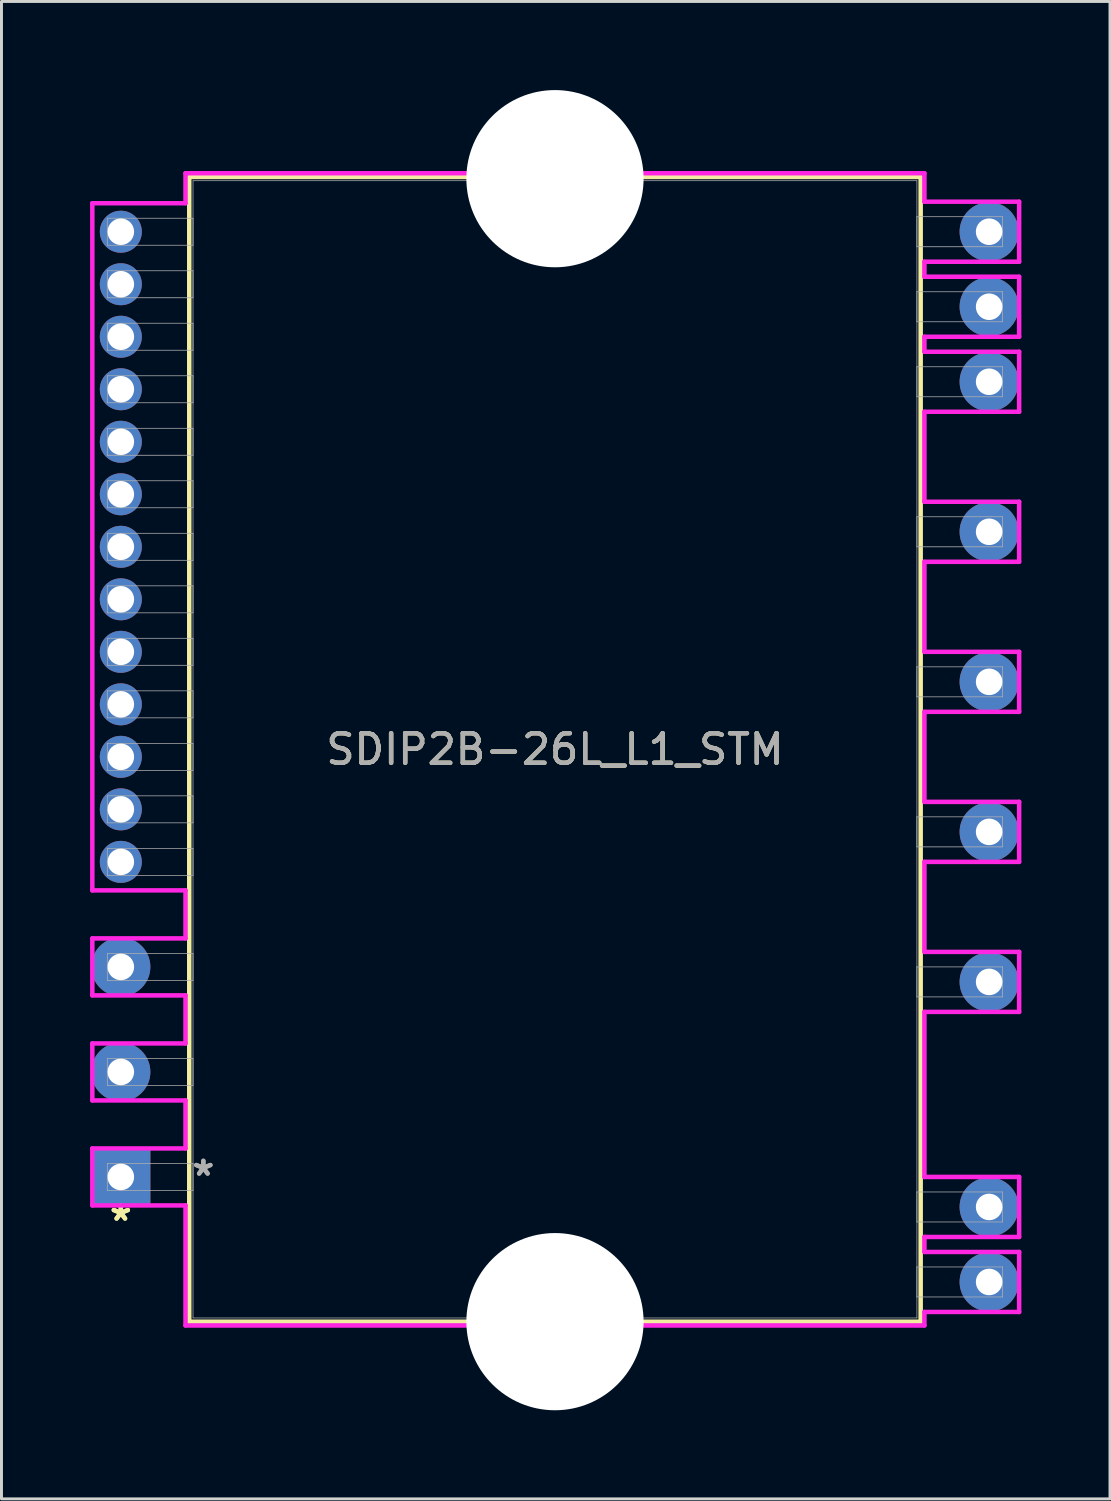
<source format=kicad_pcb>
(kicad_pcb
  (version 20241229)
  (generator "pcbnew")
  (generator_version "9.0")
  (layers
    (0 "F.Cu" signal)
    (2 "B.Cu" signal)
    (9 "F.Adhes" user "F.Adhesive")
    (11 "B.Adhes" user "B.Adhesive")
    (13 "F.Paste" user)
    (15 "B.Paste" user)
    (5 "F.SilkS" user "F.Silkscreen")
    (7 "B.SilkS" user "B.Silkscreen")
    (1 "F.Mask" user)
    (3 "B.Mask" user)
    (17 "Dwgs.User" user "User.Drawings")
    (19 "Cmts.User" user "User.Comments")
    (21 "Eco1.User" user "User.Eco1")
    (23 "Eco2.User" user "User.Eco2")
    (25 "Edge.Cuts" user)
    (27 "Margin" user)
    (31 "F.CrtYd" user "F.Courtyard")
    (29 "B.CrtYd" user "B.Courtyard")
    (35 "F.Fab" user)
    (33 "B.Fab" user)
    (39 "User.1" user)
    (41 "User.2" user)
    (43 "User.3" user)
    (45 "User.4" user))
  (footprint "SDIP2B-26L_L1_STM"
    (layer "F.Cu")
    (at 1.041 36.8)
    (property "Reference" "SDIP2B-26L_L1_STM" (at 14.7 -14.478 0) (unlocked yes) (layer "F.SilkS") (effects (font (size 1 1) (thickness 0.15))))
    (attr through_hole)
    (fp_line (start 2.317 -33.858) (end 2.317 4.902) (stroke (width 0.152) (type solid)) (layer "F.SilkS"))
    (fp_line (start 2.317 4.902) (end 27.082 4.902) (stroke (width 0.152) (type solid)) (layer "F.SilkS"))
    (fp_line (start 27.082 -33.858) (end 2.317 -33.858) (stroke (width 0.152) (type solid)) (layer "F.SilkS"))
    (fp_line (start 27.082 4.902) (end 27.082 -33.858) (stroke (width 0.152) (type solid)) (layer "F.SilkS"))
    (fp_line (start -0.965 -32.969) (end -0.965 -9.703) (stroke (width 0.152) (type solid)) (layer "F.CrtYd"))
    (fp_line (start -0.965 -9.703) (end 2.19 -9.703) (stroke (width 0.152) (type solid)) (layer "F.CrtYd"))
    (fp_line (start -0.965 -8.077) (end -0.965 -6.147) (stroke (width 0.152) (type solid)) (layer "F.CrtYd"))
    (fp_line (start -0.965 -6.147) (end 2.19 -6.147) (stroke (width 0.152) (type solid)) (layer "F.CrtYd"))
    (fp_line (start -0.965 -4.521) (end -0.965 -2.591) (stroke (width 0.152) (type solid)) (layer "F.CrtYd"))
    (fp_line (start -0.965 -2.591) (end 2.19 -2.591) (stroke (width 0.152) (type solid)) (layer "F.CrtYd"))
    (fp_line (start -0.965 -0.965) (end -0.965 0.965) (stroke (width 0.152) (type solid)) (layer "F.CrtYd"))
    (fp_line (start -0.965 0.965) (end 2.19 0.965) (stroke (width 0.152) (type solid)) (layer "F.CrtYd"))
    (fp_line (start 2.19 -33.985) (end 2.19 -32.969) (stroke (width 0.152) (type solid)) (layer "F.CrtYd"))
    (fp_line (start 2.19 -32.969) (end -0.965 -32.969) (stroke (width 0.152) (type solid)) (layer "F.CrtYd"))
    (fp_line (start 2.19 -9.703) (end 2.19 -8.077) (stroke (width 0.152) (type solid)) (layer "F.CrtYd"))
    (fp_line (start 2.19 -8.077) (end -0.965 -8.077) (stroke (width 0.152) (type solid)) (layer "F.CrtYd"))
    (fp_line (start 2.19 -6.147) (end 2.19 -4.521) (stroke (width 0.152) (type solid)) (layer "F.CrtYd"))
    (fp_line (start 2.19 -4.521) (end -0.965 -4.521) (stroke (width 0.152) (type solid)) (layer "F.CrtYd"))
    (fp_line (start 2.19 -2.591) (end 2.19 -0.965) (stroke (width 0.152) (type solid)) (layer "F.CrtYd"))
    (fp_line (start 2.19 -0.965) (end -0.965 -0.965) (stroke (width 0.152) (type solid)) (layer "F.CrtYd"))
    (fp_line (start 2.19 0.965) (end 2.19 5.029) (stroke (width 0.152) (type solid)) (layer "F.CrtYd"))
    (fp_line (start 2.19 5.029) (end 27.209 5.029) (stroke (width 0.152) (type solid)) (layer "F.CrtYd"))
    (fp_line (start 27.209 -33.985) (end 2.19 -33.985) (stroke (width 0.152) (type solid)) (layer "F.CrtYd"))
    (fp_line (start 27.209 -33.02) (end 27.209 -33.985) (stroke (width 0.152) (type solid)) (layer "F.CrtYd"))
    (fp_line (start 27.209 -30.988) (end 30.416 -30.988) (stroke (width 0.152) (type solid)) (layer "F.CrtYd"))
    (fp_line (start 27.209 -30.48) (end 27.209 -30.988) (stroke (width 0.152) (type solid)) (layer "F.CrtYd"))
    (fp_line (start 27.209 -28.448) (end 30.416 -28.448) (stroke (width 0.152) (type solid)) (layer "F.CrtYd"))
    (fp_line (start 27.209 -27.94) (end 27.209 -28.448) (stroke (width 0.152) (type solid)) (layer "F.CrtYd"))
    (fp_line (start 27.209 -25.908) (end 30.416 -25.908) (stroke (width 0.152) (type solid)) (layer "F.CrtYd"))
    (fp_line (start 27.209 -22.86) (end 27.209 -25.908) (stroke (width 0.152) (type solid)) (layer "F.CrtYd"))
    (fp_line (start 27.209 -20.828) (end 30.416 -20.828) (stroke (width 0.152) (type solid)) (layer "F.CrtYd"))
    (fp_line (start 27.209 -17.78) (end 27.209 -20.828) (stroke (width 0.152) (type solid)) (layer "F.CrtYd"))
    (fp_line (start 27.209 -15.748) (end 30.416 -15.748) (stroke (width 0.152) (type solid)) (layer "F.CrtYd"))
    (fp_line (start 27.209 -12.7) (end 27.209 -15.748) (stroke (width 0.152) (type solid)) (layer "F.CrtYd"))
    (fp_line (start 27.209 -10.668) (end 30.416 -10.668) (stroke (width 0.152) (type solid)) (layer "F.CrtYd"))
    (fp_line (start 27.209 -7.62) (end 27.209 -10.668) (stroke (width 0.152) (type solid)) (layer "F.CrtYd"))
    (fp_line (start 27.209 -5.588) (end 30.416 -5.588) (stroke (width 0.152) (type solid)) (layer "F.CrtYd"))
    (fp_line (start 27.209 0) (end 27.209 -5.588) (stroke (width 0.152) (type solid)) (layer "F.CrtYd"))
    (fp_line (start 27.209 2.032) (end 30.416 2.032) (stroke (width 0.152) (type solid)) (layer "F.CrtYd"))
    (fp_line (start 27.209 2.54) (end 27.209 2.032) (stroke (width 0.152) (type solid)) (layer "F.CrtYd"))
    (fp_line (start 27.209 4.572) (end 30.416 4.572) (stroke (width 0.152) (type solid)) (layer "F.CrtYd"))
    (fp_line (start 27.209 5.029) (end 27.209 4.572) (stroke (width 0.152) (type solid)) (layer "F.CrtYd"))
    (fp_line (start 30.416 -33.02) (end 27.209 -33.02) (stroke (width 0.152) (type solid)) (layer "F.CrtYd"))
    (fp_line (start 30.416 -30.988) (end 30.416 -33.02) (stroke (width 0.152) (type solid)) (layer "F.CrtYd"))
    (fp_line (start 30.416 -30.48) (end 27.209 -30.48) (stroke (width 0.152) (type solid)) (layer "F.CrtYd"))
    (fp_line (start 30.416 -28.448) (end 30.416 -30.48) (stroke (width 0.152) (type solid)) (layer "F.CrtYd"))
    (fp_line (start 30.416 -27.94) (end 27.209 -27.94) (stroke (width 0.152) (type solid)) (layer "F.CrtYd"))
    (fp_line (start 30.416 -25.908) (end 30.416 -27.94) (stroke (width 0.152) (type solid)) (layer "F.CrtYd"))
    (fp_line (start 30.416 -22.86) (end 27.209 -22.86) (stroke (width 0.152) (type solid)) (layer "F.CrtYd"))
    (fp_line (start 30.416 -20.828) (end 30.416 -22.86) (stroke (width 0.152) (type solid)) (layer "F.CrtYd"))
    (fp_line (start 30.416 -17.78) (end 27.209 -17.78) (stroke (width 0.152) (type solid)) (layer "F.CrtYd"))
    (fp_line (start 30.416 -15.748) (end 30.416 -17.78) (stroke (width 0.152) (type solid)) (layer "F.CrtYd"))
    (fp_line (start 30.416 -12.7) (end 27.209 -12.7) (stroke (width 0.152) (type solid)) (layer "F.CrtYd"))
    (fp_line (start 30.416 -10.668) (end 30.416 -12.7) (stroke (width 0.152) (type solid)) (layer "F.CrtYd"))
    (fp_line (start 30.416 -7.62) (end 27.209 -7.62) (stroke (width 0.152) (type solid)) (layer "F.CrtYd"))
    (fp_line (start 30.416 -5.588) (end 30.416 -7.62) (stroke (width 0.152) (type solid)) (layer "F.CrtYd"))
    (fp_line (start 30.416 0) (end 27.209 0) (stroke (width 0.152) (type solid)) (layer "F.CrtYd"))
    (fp_line (start 30.416 2.032) (end 30.416 0) (stroke (width 0.152) (type solid)) (layer "F.CrtYd"))
    (fp_line (start 30.416 2.54) (end 27.209 2.54) (stroke (width 0.152) (type solid)) (layer "F.CrtYd"))
    (fp_line (start 30.416 4.572) (end 30.416 2.54) (stroke (width 0.152) (type solid)) (layer "F.CrtYd"))
    (fp_line (start -0.457 -32.461) (end -0.457 -31.547) (stroke (width 0.025) (type solid)) (layer "F.Fab"))
    (fp_line (start -0.457 -31.547) (end 2.444 -31.547) (stroke (width 0.025) (type solid)) (layer "F.Fab"))
    (fp_line (start -0.457 -30.683) (end -0.457 -29.769) (stroke (width 0.025) (type solid)) (layer "F.Fab"))
    (fp_line (start -0.457 -29.769) (end 2.444 -29.769) (stroke (width 0.025) (type solid)) (layer "F.Fab"))
    (fp_line (start -0.457 -28.905) (end -0.457 -27.991) (stroke (width 0.025) (type solid)) (layer "F.Fab"))
    (fp_line (start -0.457 -27.991) (end 2.444 -27.991) (stroke (width 0.025) (type solid)) (layer "F.Fab"))
    (fp_line (start -0.457 -27.127) (end -0.457 -26.213) (stroke (width 0.025) (type solid)) (layer "F.Fab"))
    (fp_line (start -0.457 -26.213) (end 2.444 -26.213) (stroke (width 0.025) (type solid)) (layer "F.Fab"))
    (fp_line (start -0.457 -25.349) (end -0.457 -24.435) (stroke (width 0.025) (type solid)) (layer "F.Fab"))
    (fp_line (start -0.457 -24.435) (end 2.444 -24.435) (stroke (width 0.025) (type solid)) (layer "F.Fab"))
    (fp_line (start -0.457 -23.571) (end -0.457 -22.657) (stroke (width 0.025) (type solid)) (layer "F.Fab"))
    (fp_line (start -0.457 -22.657) (end 2.444 -22.657) (stroke (width 0.025) (type solid)) (layer "F.Fab"))
    (fp_line (start -0.457 -21.793) (end -0.457 -20.879) (stroke (width 0.025) (type solid)) (layer "F.Fab"))
    (fp_line (start -0.457 -20.879) (end 2.444 -20.879) (stroke (width 0.025) (type solid)) (layer "F.Fab"))
    (fp_line (start -0.457 -20.015) (end -0.457 -19.101) (stroke (width 0.025) (type solid)) (layer "F.Fab"))
    (fp_line (start -0.457 -19.101) (end 2.444 -19.101) (stroke (width 0.025) (type solid)) (layer "F.Fab"))
    (fp_line (start -0.457 -18.237) (end -0.457 -17.323) (stroke (width 0.025) (type solid)) (layer "F.Fab"))
    (fp_line (start -0.457 -17.323) (end 2.444 -17.323) (stroke (width 0.025) (type solid)) (layer "F.Fab"))
    (fp_line (start -0.457 -16.459) (end -0.457 -15.545) (stroke (width 0.025) (type solid)) (layer "F.Fab"))
    (fp_line (start -0.457 -15.545) (end 2.444 -15.545) (stroke (width 0.025) (type solid)) (layer "F.Fab"))
    (fp_line (start -0.457 -14.681) (end -0.457 -13.767) (stroke (width 0.025) (type solid)) (layer "F.Fab"))
    (fp_line (start -0.457 -13.767) (end 2.444 -13.767) (stroke (width 0.025) (type solid)) (layer "F.Fab"))
    (fp_line (start -0.457 -12.903) (end -0.457 -11.989) (stroke (width 0.025) (type solid)) (layer "F.Fab"))
    (fp_line (start -0.457 -11.989) (end 2.444 -11.989) (stroke (width 0.025) (type solid)) (layer "F.Fab"))
    (fp_line (start -0.457 -11.125) (end -0.457 -10.211) (stroke (width 0.025) (type solid)) (layer "F.Fab"))
    (fp_line (start -0.457 -10.211) (end 2.444 -10.211) (stroke (width 0.025) (type solid)) (layer "F.Fab"))
    (fp_line (start -0.457 -7.569) (end -0.457 -6.655) (stroke (width 0.025) (type solid)) (layer "F.Fab"))
    (fp_line (start -0.457 -6.655) (end 2.444 -6.655) (stroke (width 0.025) (type solid)) (layer "F.Fab"))
    (fp_line (start -0.457 -4.013) (end -0.457 -3.099) (stroke (width 0.025) (type solid)) (layer "F.Fab"))
    (fp_line (start -0.457 -3.099) (end 2.444 -3.099) (stroke (width 0.025) (type solid)) (layer "F.Fab"))
    (fp_line (start -0.457 -0.457) (end -0.457 0.457) (stroke (width 0.025) (type solid)) (layer "F.Fab"))
    (fp_line (start -0.457 0.457) (end 2.444 0.457) (stroke (width 0.025) (type solid)) (layer "F.Fab"))
    (fp_line (start 2.444 -33.731) (end 2.444 4.775) (stroke (width 0.025) (type solid)) (layer "F.Fab"))
    (fp_line (start 2.444 -32.461) (end -0.457 -32.461) (stroke (width 0.025) (type solid)) (layer "F.Fab"))
    (fp_line (start 2.444 -31.547) (end 2.444 -32.461) (stroke (width 0.025) (type solid)) (layer "F.Fab"))
    (fp_line (start 2.444 -30.683) (end -0.457 -30.683) (stroke (width 0.025) (type solid)) (layer "F.Fab"))
    (fp_line (start 2.444 -29.769) (end 2.444 -30.683) (stroke (width 0.025) (type solid)) (layer "F.Fab"))
    (fp_line (start 2.444 -28.905) (end -0.457 -28.905) (stroke (width 0.025) (type solid)) (layer "F.Fab"))
    (fp_line (start 2.444 -27.991) (end 2.444 -28.905) (stroke (width 0.025) (type solid)) (layer "F.Fab"))
    (fp_line (start 2.444 -27.127) (end -0.457 -27.127) (stroke (width 0.025) (type solid)) (layer "F.Fab"))
    (fp_line (start 2.444 -26.213) (end 2.444 -27.127) (stroke (width 0.025) (type solid)) (layer "F.Fab"))
    (fp_line (start 2.444 -25.349) (end -0.457 -25.349) (stroke (width 0.025) (type solid)) (layer "F.Fab"))
    (fp_line (start 2.444 -24.435) (end 2.444 -25.349) (stroke (width 0.025) (type solid)) (layer "F.Fab"))
    (fp_line (start 2.444 -23.571) (end -0.457 -23.571) (stroke (width 0.025) (type solid)) (layer "F.Fab"))
    (fp_line (start 2.444 -22.657) (end 2.444 -23.571) (stroke (width 0.025) (type solid)) (layer "F.Fab"))
    (fp_line (start 2.444 -21.793) (end -0.457 -21.793) (stroke (width 0.025) (type solid)) (layer "F.Fab"))
    (fp_line (start 2.444 -20.879) (end 2.444 -21.793) (stroke (width 0.025) (type solid)) (layer "F.Fab"))
    (fp_line (start 2.444 -20.015) (end -0.457 -20.015) (stroke (width 0.025) (type solid)) (layer "F.Fab"))
    (fp_line (start 2.444 -19.101) (end 2.444 -20.015) (stroke (width 0.025) (type solid)) (layer "F.Fab"))
    (fp_line (start 2.444 -18.237) (end -0.457 -18.237) (stroke (width 0.025) (type solid)) (layer "F.Fab"))
    (fp_line (start 2.444 -17.323) (end 2.444 -18.237) (stroke (width 0.025) (type solid)) (layer "F.Fab"))
    (fp_line (start 2.444 -16.459) (end -0.457 -16.459) (stroke (width 0.025) (type solid)) (layer "F.Fab"))
    (fp_line (start 2.444 -15.545) (end 2.444 -16.459) (stroke (width 0.025) (type solid)) (layer "F.Fab"))
    (fp_line (start 2.444 -14.681) (end -0.457 -14.681) (stroke (width 0.025) (type solid)) (layer "F.Fab"))
    (fp_line (start 2.444 -13.767) (end 2.444 -14.681) (stroke (width 0.025) (type solid)) (layer "F.Fab"))
    (fp_line (start 2.444 -12.903) (end -0.457 -12.903) (stroke (width 0.025) (type solid)) (layer "F.Fab"))
    (fp_line (start 2.444 -11.989) (end 2.444 -12.903) (stroke (width 0.025) (type solid)) (layer "F.Fab"))
    (fp_line (start 2.444 -11.125) (end -0.457 -11.125) (stroke (width 0.025) (type solid)) (layer "F.Fab"))
    (fp_line (start 2.444 -10.211) (end 2.444 -11.125) (stroke (width 0.025) (type solid)) (layer "F.Fab"))
    (fp_line (start 2.444 -7.569) (end -0.457 -7.569) (stroke (width 0.025) (type solid)) (layer "F.Fab"))
    (fp_line (start 2.444 -6.655) (end 2.444 -7.569) (stroke (width 0.025) (type solid)) (layer "F.Fab"))
    (fp_line (start 2.444 -4.013) (end -0.457 -4.013) (stroke (width 0.025) (type solid)) (layer "F.Fab"))
    (fp_line (start 2.444 -3.099) (end 2.444 -4.013) (stroke (width 0.025) (type solid)) (layer "F.Fab"))
    (fp_line (start 2.444 -0.457) (end -0.457 -0.457) (stroke (width 0.025) (type solid)) (layer "F.Fab"))
    (fp_line (start 2.444 0.457) (end 2.444 -0.457) (stroke (width 0.025) (type solid)) (layer "F.Fab"))
    (fp_line (start 2.444 4.775) (end 26.955 4.775) (stroke (width 0.025) (type solid)) (layer "F.Fab"))
    (fp_line (start 26.955 -33.731) (end 2.444 -33.731) (stroke (width 0.025) (type solid)) (layer "F.Fab"))
    (fp_line (start 26.955 -32.512) (end 26.955 -31.496) (stroke (width 0.025) (type solid)) (layer "F.Fab"))
    (fp_line (start 26.955 -31.496) (end 29.857 -31.496) (stroke (width 0.025) (type solid)) (layer "F.Fab"))
    (fp_line (start 26.955 -29.972) (end 26.955 -28.956) (stroke (width 0.025) (type solid)) (layer "F.Fab"))
    (fp_line (start 26.955 -28.956) (end 29.857 -28.956) (stroke (width 0.025) (type solid)) (layer "F.Fab"))
    (fp_line (start 26.955 -27.432) (end 26.955 -26.416) (stroke (width 0.025) (type solid)) (layer "F.Fab"))
    (fp_line (start 26.955 -26.416) (end 29.857 -26.416) (stroke (width 0.025) (type solid)) (layer "F.Fab"))
    (fp_line (start 26.955 -22.352) (end 26.955 -21.336) (stroke (width 0.025) (type solid)) (layer "F.Fab"))
    (fp_line (start 26.955 -21.336) (end 29.857 -21.336) (stroke (width 0.025) (type solid)) (layer "F.Fab"))
    (fp_line (start 26.955 -17.272) (end 26.955 -16.256) (stroke (width 0.025) (type solid)) (layer "F.Fab"))
    (fp_line (start 26.955 -16.256) (end 29.857 -16.256) (stroke (width 0.025) (type solid)) (layer "F.Fab"))
    (fp_line (start 26.955 -12.192) (end 26.955 -11.176) (stroke (width 0.025) (type solid)) (layer "F.Fab"))
    (fp_line (start 26.955 -11.176) (end 29.857 -11.176) (stroke (width 0.025) (type solid)) (layer "F.Fab"))
    (fp_line (start 26.955 -7.112) (end 26.955 -6.096) (stroke (width 0.025) (type solid)) (layer "F.Fab"))
    (fp_line (start 26.955 -6.096) (end 29.857 -6.096) (stroke (width 0.025) (type solid)) (layer "F.Fab"))
    (fp_line (start 26.955 0.508) (end 26.955 1.524) (stroke (width 0.025) (type solid)) (layer "F.Fab"))
    (fp_line (start 26.955 1.524) (end 29.857 1.524) (stroke (width 0.025) (type solid)) (layer "F.Fab"))
    (fp_line (start 26.955 3.048) (end 26.955 4.064) (stroke (width 0.025) (type solid)) (layer "F.Fab"))
    (fp_line (start 26.955 4.064) (end 29.857 4.064) (stroke (width 0.025) (type solid)) (layer "F.Fab"))
    (fp_line (start 26.955 4.775) (end 26.955 -33.731) (stroke (width 0.025) (type solid)) (layer "F.Fab"))
    (fp_line (start 29.857 -32.512) (end 26.955 -32.512) (stroke (width 0.025) (type solid)) (layer "F.Fab"))
    (fp_line (start 29.857 -31.496) (end 29.857 -32.512) (stroke (width 0.025) (type solid)) (layer "F.Fab"))
    (fp_line (start 29.857 -29.972) (end 26.955 -29.972) (stroke (width 0.025) (type solid)) (layer "F.Fab"))
    (fp_line (start 29.857 -28.956) (end 29.857 -29.972) (stroke (width 0.025) (type solid)) (layer "F.Fab"))
    (fp_line (start 29.857 -27.432) (end 26.955 -27.432) (stroke (width 0.025) (type solid)) (layer "F.Fab"))
    (fp_line (start 29.857 -26.416) (end 29.857 -27.432) (stroke (width 0.025) (type solid)) (layer "F.Fab"))
    (fp_line (start 29.857 -22.352) (end 26.955 -22.352) (stroke (width 0.025) (type solid)) (layer "F.Fab"))
    (fp_line (start 29.857 -21.336) (end 29.857 -22.352) (stroke (width 0.025) (type solid)) (layer "F.Fab"))
    (fp_line (start 29.857 -17.272) (end 26.955 -17.272) (stroke (width 0.025) (type solid)) (layer "F.Fab"))
    (fp_line (start 29.857 -16.256) (end 29.857 -17.272) (stroke (width 0.025) (type solid)) (layer "F.Fab"))
    (fp_line (start 29.857 -12.192) (end 26.955 -12.192) (stroke (width 0.025) (type solid)) (layer "F.Fab"))
    (fp_line (start 29.857 -11.176) (end 29.857 -12.192) (stroke (width 0.025) (type solid)) (layer "F.Fab"))
    (fp_line (start 29.857 -7.112) (end 26.955 -7.112) (stroke (width 0.025) (type solid)) (layer "F.Fab"))
    (fp_line (start 29.857 -6.096) (end 29.857 -7.112) (stroke (width 0.025) (type solid)) (layer "F.Fab"))
    (fp_line (start 29.857 0.508) (end 26.955 0.508) (stroke (width 0.025) (type solid)) (layer "F.Fab"))
    (fp_line (start 29.857 1.524) (end 29.857 0.508) (stroke (width 0.025) (type solid)) (layer "F.Fab"))
    (fp_line (start 29.857 3.048) (end 26.955 3.048) (stroke (width 0.025) (type solid)) (layer "F.Fab"))
    (fp_line (start 29.857 4.064) (end 29.857 3.048) (stroke (width 0.025) (type solid)) (layer "F.Fab"))
    (fp_arc (start 15.004796 -33.7312) (mid 14.699996 -33.4264) (end 14.395196 -33.7312) (stroke (width 0.0254) (type solid)) (layer "F.Fab"))
    (fp_text user "*" (at 0 1.524 0) (unlocked yes) (layer "F.SilkS") (effects (font (size 1 1) (thickness 0.15))))
    (fp_text user "*" (at 0 1.524 0) (layer "F.SilkS") (effects (font (size 1 1) (thickness 0.15))))
    (fp_text user "*" (at 2.794 0 0) (unlocked yes) (layer "F.Fab") (effects (font (size 1 1) (thickness 0.15))))
    (fp_text user "*" (at 2.794 0 0) (layer "F.Fab") (effects (font (size 1 1) (thickness 0.15))))
    (fp_text user "${REFERENCE}" (at 14.7 -14.478 0) (unlocked yes) (layer "F.Fab") (effects (font (size 1 1) (thickness 0.15))))
    (pad "" np_thru_hole circle (at 14.7 -33.8) (size 6 6) (drill 6) (layers "*.Cu" "*.Mask"))
    (pad "" np_thru_hole circle (at 14.7 4.9) (size 6 6) (drill 6) (layers "*.Cu" "*.Mask"))
    (pad "2" thru_hole rect (at 0 0) (size 2 2) (drill 0.9) (layers "*.Cu" "*.Mask"))
    (pad "3" thru_hole circle (at 0 -3.556) (size 2 2) (drill 0.9) (layers "*.Cu" "*.Mask"))
    (pad "4" thru_hole circle (at 0 -7.112) (size 2 2) (drill 0.9) (layers "*.Cu" "*.Mask"))
    (pad "5" thru_hole circle (at 0 -10.668) (size 1.422 1.422) (drill 0.9) (layers "*.Cu" "*.Mask"))
    (pad "6" thru_hole circle (at 0 -12.446) (size 1.422 1.422) (drill 0.9) (layers "*.Cu" "*.Mask"))
    (pad "7" thru_hole circle (at 0 -14.224) (size 1.422 1.422) (drill 0.9) (layers "*.Cu" "*.Mask"))
    (pad "8" thru_hole circle (at 0 -16.002) (size 1.422 1.422) (drill 0.9) (layers "*.Cu" "*.Mask"))
    (pad "9" thru_hole circle (at 0 -17.78) (size 1.422 1.422) (drill 0.9) (layers "*.Cu" "*.Mask"))
    (pad "10" thru_hole circle (at 0 -19.558) (size 1.422 1.422) (drill 0.9) (layers "*.Cu" "*.Mask"))
    (pad "11" thru_hole circle (at 0 -21.336) (size 1.422 1.422) (drill 0.9) (layers "*.Cu" "*.Mask"))
    (pad "12" thru_hole circle (at 0 -23.114) (size 1.422 1.422) (drill 0.9) (layers "*.Cu" "*.Mask"))
    (pad "13" thru_hole circle (at 0 -24.892) (size 1.422 1.422) (drill 0.9) (layers "*.Cu" "*.Mask"))
    (pad "14" thru_hole circle (at 0 -26.67) (size 1.422 1.422) (drill 0.9) (layers "*.Cu" "*.Mask"))
    (pad "15" thru_hole circle (at 0 -28.448) (size 1.422 1.422) (drill 0.9) (layers "*.Cu" "*.Mask"))
    (pad "16" thru_hole circle (at 0 -30.226) (size 1.422 1.422) (drill 0.9) (layers "*.Cu" "*.Mask"))
    (pad "17" thru_hole circle (at 0 -32.004) (size 1.422 1.422) (drill 0.9) (layers "*.Cu" "*.Mask"))
    (pad "18" thru_hole circle (at 29.4 -32.004) (size 2 2) (drill 0.9) (layers "*.Cu" "*.Mask"))
    (pad "19" thru_hole circle (at 29.4 -29.464) (size 2 2) (drill 0.9) (layers "*.Cu" "*.Mask"))
    (pad "20" thru_hole circle (at 29.4 -26.924) (size 2 2) (drill 0.9) (layers "*.Cu" "*.Mask"))
    (pad "21" thru_hole circle (at 29.4 -21.844) (size 2 2) (drill 0.9) (layers "*.Cu" "*.Mask"))
    (pad "22" thru_hole circle (at 29.4 -16.764) (size 2 2) (drill 0.9) (layers "*.Cu" "*.Mask"))
    (pad "23" thru_hole circle (at 29.4 -11.684) (size 2 2) (drill 0.9) (layers "*.Cu" "*.Mask"))
    (pad "24" thru_hole circle (at 29.4 -6.604) (size 2 2) (drill 0.9) (layers "*.Cu" "*.Mask"))
    (pad "25" thru_hole circle (at 29.4 1.016) (size 2 2) (drill 0.9) (layers "*.Cu" "*.Mask"))
    (pad "26" thru_hole circle (at 29.4 3.556) (size 2 2) (drill 0.9) (layers "*.Cu" "*.Mask")))
  (gr_rect
    (start -3 -3)
    (end 34.534 47.7)
    (stroke (width 0.1) (type default))
    (fill no)
    (layer "Edge.Cuts")))
</source>
